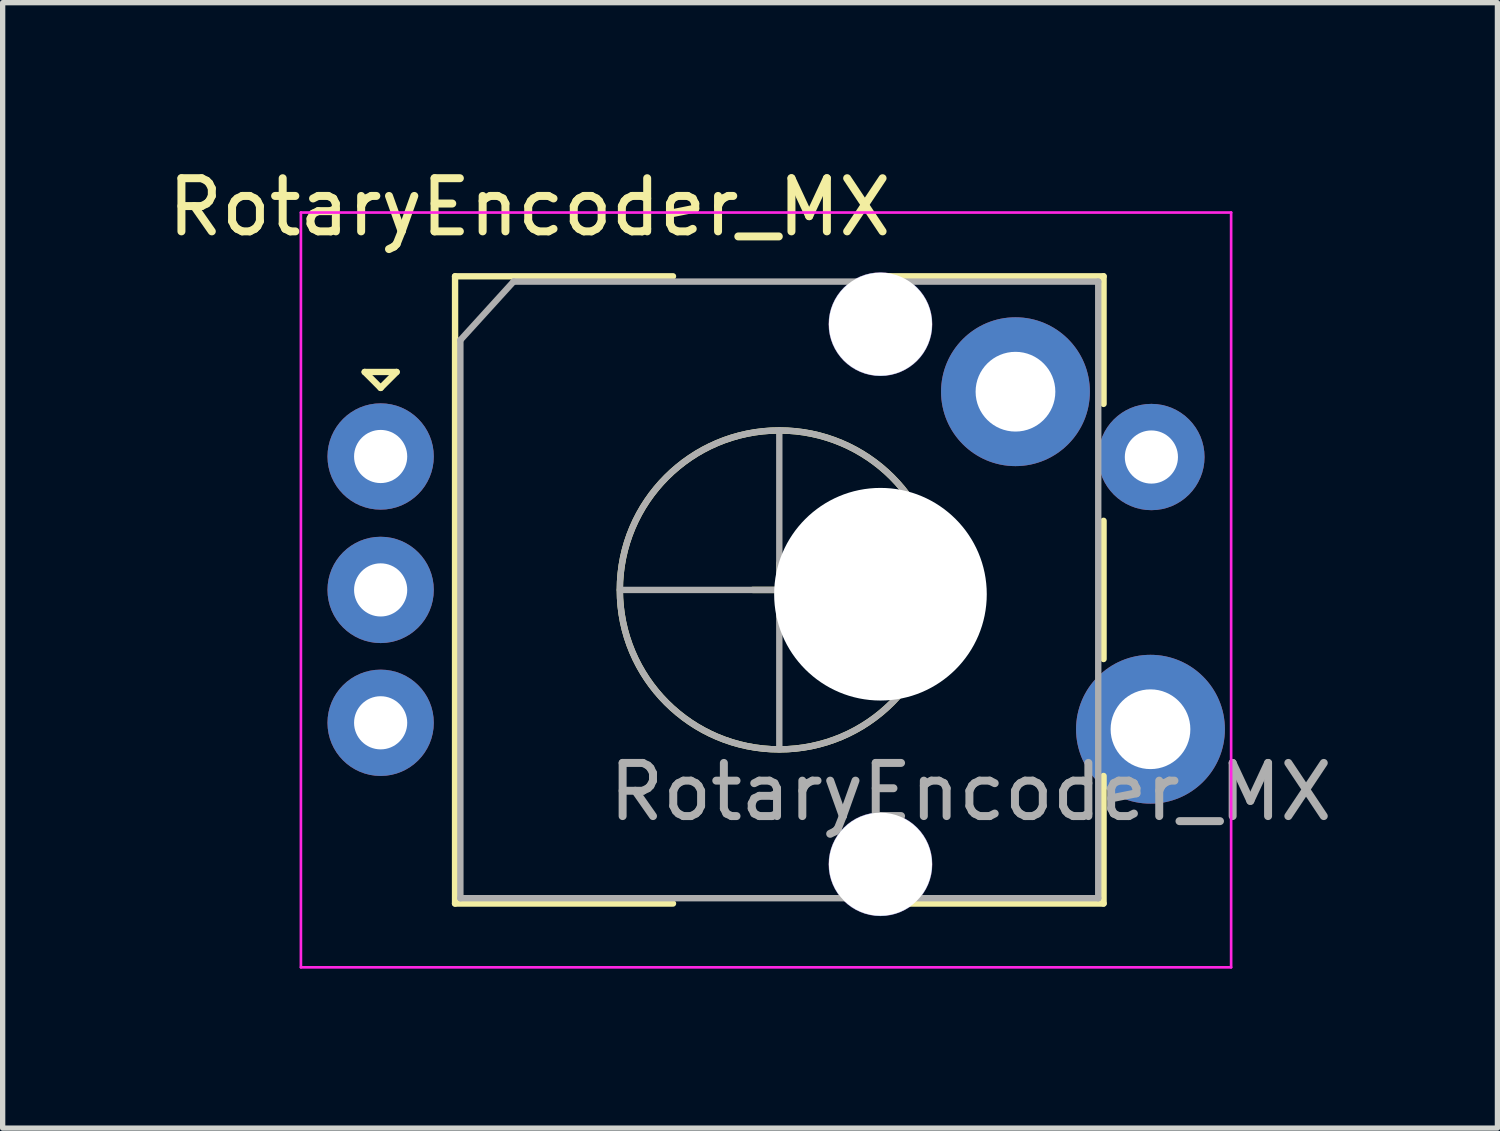
<source format=kicad_pcb>
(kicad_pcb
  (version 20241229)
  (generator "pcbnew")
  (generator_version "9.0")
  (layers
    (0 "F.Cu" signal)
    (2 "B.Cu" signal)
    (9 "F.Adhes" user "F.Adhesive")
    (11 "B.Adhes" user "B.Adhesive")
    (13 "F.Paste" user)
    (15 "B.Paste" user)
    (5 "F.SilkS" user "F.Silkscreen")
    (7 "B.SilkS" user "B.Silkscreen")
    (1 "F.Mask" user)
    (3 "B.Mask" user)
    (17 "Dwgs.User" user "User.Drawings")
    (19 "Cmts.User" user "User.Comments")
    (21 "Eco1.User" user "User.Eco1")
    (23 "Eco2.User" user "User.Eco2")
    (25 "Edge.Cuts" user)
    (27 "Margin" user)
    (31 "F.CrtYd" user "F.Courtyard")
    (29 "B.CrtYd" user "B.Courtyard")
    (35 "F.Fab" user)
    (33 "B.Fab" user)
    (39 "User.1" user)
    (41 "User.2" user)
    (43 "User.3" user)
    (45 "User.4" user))
  (footprint "RotaryEncoder_MX"
    (layer "F.Cu")
    (at 4.111 5.548)
    (property "Reference" "RotaryEncoder_MX" (at 2.8 -4.7 0) (layer "F.SilkS") (effects (font (size 1 1) (thickness 0.15))))
    (attr through_hole)
    (fp_line (start -0.3 -1.6) (end 0.3 -1.6) (stroke (width 0.12) (type solid)) (layer "F.SilkS"))
    (fp_line (start 0 -1.3) (end -0.3 -1.6) (stroke (width 0.12) (type solid)) (layer "F.SilkS"))
    (fp_line (start 0.3 -1.6) (end 0 -1.3) (stroke (width 0.12) (type solid)) (layer "F.SilkS"))
    (fp_line (start 1.4 -3.4) (end 1.4 8.4) (stroke (width 0.12) (type solid)) (layer "F.SilkS"))
    (fp_line (start 5.5 -3.4) (end 1.4 -3.4) (stroke (width 0.12) (type solid)) (layer "F.SilkS"))
    (fp_line (start 5.5 8.4) (end 1.4 8.4) (stroke (width 0.12) (type solid)) (layer "F.SilkS"))
    (fp_line (start 7 2.5) (end 8 2.5) (stroke (width 0.12) (type solid)) (layer "F.SilkS"))
    (fp_line (start 7.5 2) (end 7.5 3) (stroke (width 0.12) (type solid)) (layer "F.SilkS"))
    (fp_line (start 9.5 -3.4) (end 13.6 -3.4) (stroke (width 0.12) (type solid)) (layer "F.SilkS"))
    (fp_line (start 13.6 -3.4) (end 13.6 -1) (stroke (width 0.12) (type solid)) (layer "F.SilkS"))
    (fp_line (start 13.6 1.2) (end 13.6 3.8) (stroke (width 0.12) (type solid)) (layer "F.SilkS"))
    (fp_line (start 13.6 6) (end 13.6 8.4) (stroke (width 0.12) (type solid)) (layer "F.SilkS"))
    (fp_line (start 13.6 8.4) (end 9.5 8.4) (stroke (width 0.12) (type solid)) (layer "F.SilkS"))
    (fp_circle (center 7.5 2.5) (end 10.5 2.5) (stroke (width 0.12) (type solid)) (fill no) (layer "F.SilkS"))
    (fp_line (start -1.5 -4.6) (end -1.5 9.6) (stroke (width 0.05) (type solid)) (layer "F.CrtYd"))
    (fp_line (start -1.5 -4.6) (end 16 -4.6) (stroke (width 0.05) (type solid)) (layer "F.CrtYd"))
    (fp_line (start 16 9.6) (end -1.5 9.6) (stroke (width 0.05) (type solid)) (layer "F.CrtYd"))
    (fp_line (start 16 9.6) (end 16 -4.6) (stroke (width 0.05) (type solid)) (layer "F.CrtYd"))
    (fp_line (start 1.5 -2.2) (end 2.5 -3.3) (stroke (width 0.12) (type solid)) (layer "F.Fab"))
    (fp_line (start 1.5 8.3) (end 1.5 -2.2) (stroke (width 0.12) (type solid)) (layer "F.Fab"))
    (fp_line (start 2.5 -3.3) (end 13.5 -3.3) (stroke (width 0.12) (type solid)) (layer "F.Fab"))
    (fp_line (start 4.5 2.5) (end 10.5 2.5) (stroke (width 0.12) (type solid)) (layer "F.Fab"))
    (fp_line (start 7.5 -0.5) (end 7.5 5.5) (stroke (width 0.12) (type solid)) (layer "F.Fab"))
    (fp_line (start 13.5 -3.3) (end 13.5 8.3) (stroke (width 0.12) (type solid)) (layer "F.Fab"))
    (fp_line (start 13.5 8.3) (end 1.5 8.3) (stroke (width 0.12) (type solid)) (layer "F.Fab"))
    (fp_circle (center 7.5 2.5) (end 10.5 2.5) (stroke (width 0.12) (type solid)) (fill no) (layer "F.Fab"))
    (fp_text user "${REFERENCE}" (at 11.1 6.3 0) (layer "F.Fab") (effects (font (size 1 1) (thickness 0.15))))
    (pad "" np_thru_hole circle (at 9.403 -2.499 270) (size 1.95 1.95) (drill 1.94) (layers "*.Cu" "*.Mask"))
    (pad "" np_thru_hole circle (at 9.403 2.581 270) (size 4 4) (drill 4) (layers "*.Cu" "*.Mask"))
    (pad "" np_thru_hole circle (at 9.403 7.661 270) (size 1.95 1.95) (drill 1.94) (layers "*.Cu" "*.Mask"))
    (pad "A" thru_hole circle (at 0 -0.01) (size 2 2) (drill 1) (layers "*.Cu" "*.Mask"))
    (pad "B" thru_hole circle (at 0 5) (size 2 2) (drill 1) (layers "*.Cu" "*.Mask"))
    (pad "C" thru_hole circle (at 0 2.5) (size 2 2) (drill 1) (layers "*.Cu" "*.Mask"))
    (pad "S1" thru_hole circle (at 14.483 5.121 270) (size 2.8 2.8) (drill 1.5) (layers "*.Cu" "*.Mask"))
    (pad "S2" thru_hole circle (at 14.5 0) (size 2 2) (drill 1) (layers "*.Cu" "*.Mask"))
    (pad "S2_2" thru_hole circle (at 11.943 -1.229 270) (size 2.8 2.8) (drill 1.5) (layers "*.Cu" "*.Mask")))
  (gr_rect
    (start -3 -3)
    (end 25.121 18.173)
    (stroke (width 0.1) (type default))
    (fill no)
    (layer "Edge.Cuts")))
</source>
